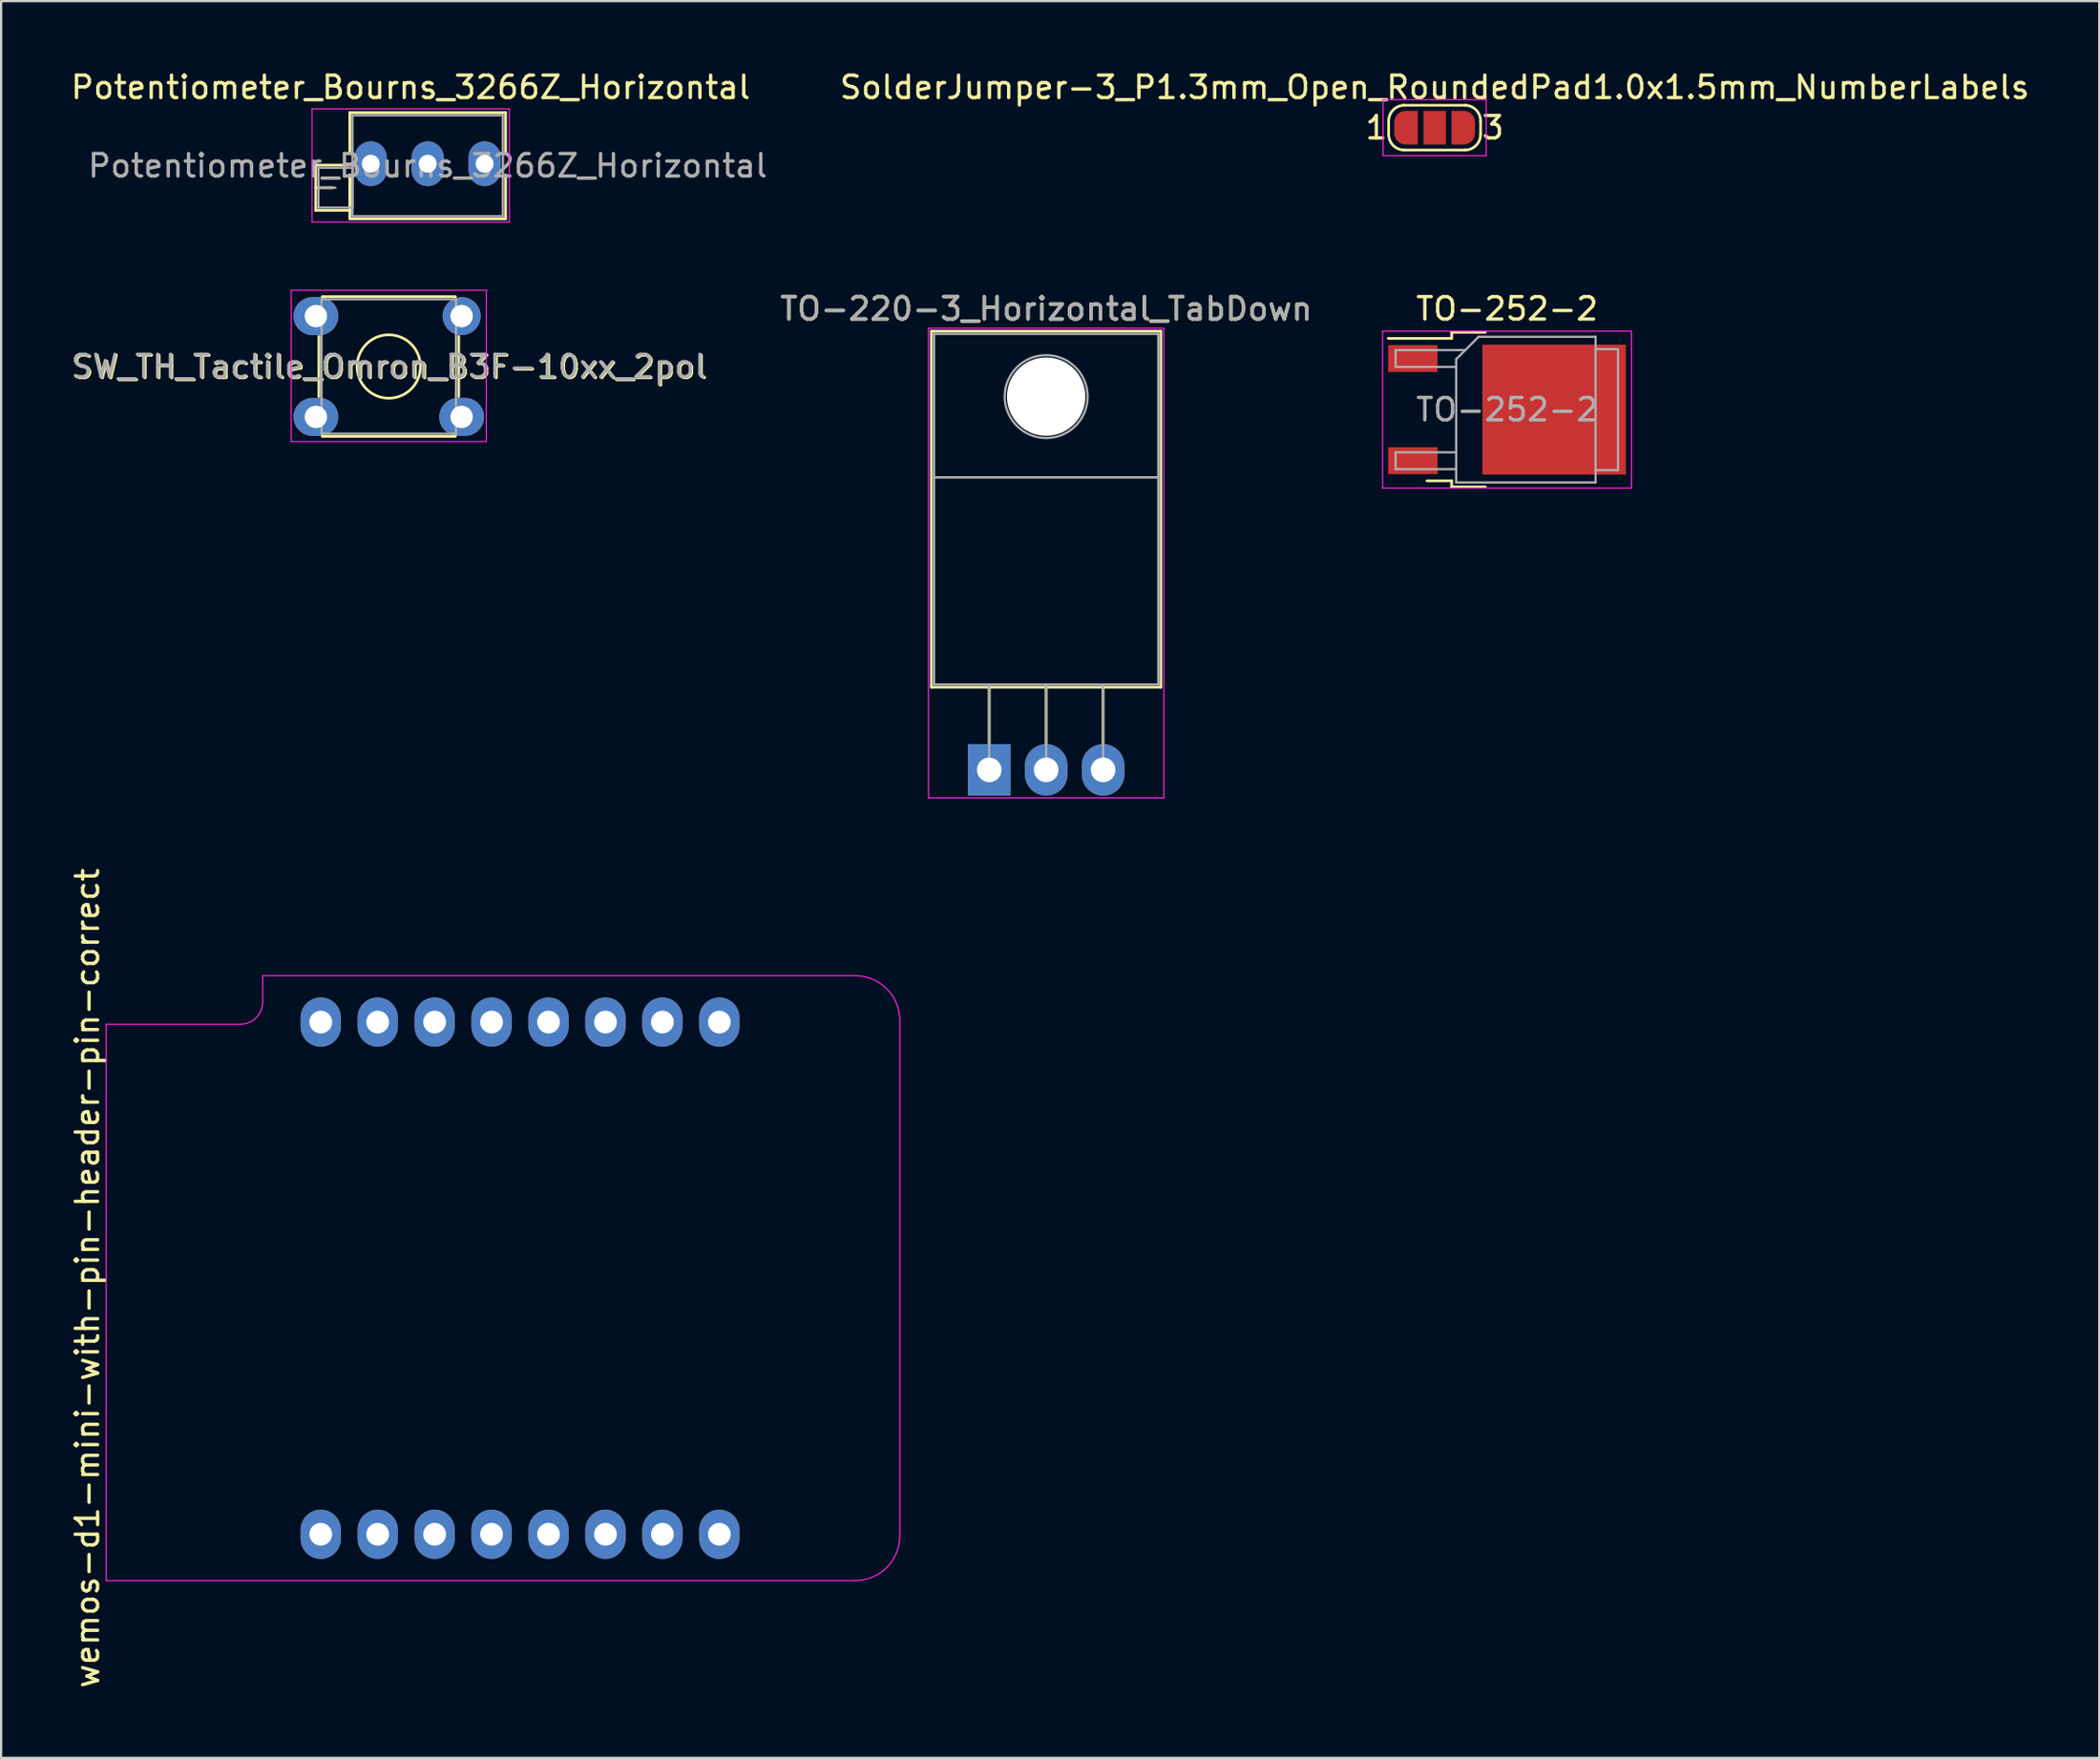
<source format=kicad_pcb>
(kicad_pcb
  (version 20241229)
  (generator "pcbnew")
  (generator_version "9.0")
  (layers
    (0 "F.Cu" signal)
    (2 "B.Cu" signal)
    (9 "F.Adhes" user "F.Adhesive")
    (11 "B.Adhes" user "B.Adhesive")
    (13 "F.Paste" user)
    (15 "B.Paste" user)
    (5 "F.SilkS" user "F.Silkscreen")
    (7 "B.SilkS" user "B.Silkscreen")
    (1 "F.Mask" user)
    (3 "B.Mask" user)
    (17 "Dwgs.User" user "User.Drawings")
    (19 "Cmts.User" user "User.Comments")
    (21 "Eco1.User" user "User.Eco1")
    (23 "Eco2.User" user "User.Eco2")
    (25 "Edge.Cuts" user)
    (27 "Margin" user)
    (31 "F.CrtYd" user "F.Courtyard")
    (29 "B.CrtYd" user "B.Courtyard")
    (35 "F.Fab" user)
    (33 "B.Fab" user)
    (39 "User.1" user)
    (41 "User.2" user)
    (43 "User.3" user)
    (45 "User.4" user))
  (footprint "wemos-d1-mini-with-pin-header-pin-correct"
    (layer "F.Cu")
    (at 20.148 53.997)
    (property "Reference" "wemos-d1-mini-with-pin-header-pin-correct" (at -19.3 0 90) (layer "F.SilkS") (effects (font (size 1 1) (thickness 0.15))))
    (attr through_hole)
    (fp_line (start -18.46 -11.33) (end -12.48 -11.33) (stroke (width 0.05) (type solid)) (layer "F.CrtYd"))
    (fp_line (start -18.46 13.5) (end -18.46 -11.33) (stroke (width 0.05) (type solid)) (layer "F.CrtYd"))
    (fp_line (start -11.48 -13.5) (end -11.48 -12.33) (stroke (width 0.05) (type solid)) (layer "F.CrtYd"))
    (fp_line (start -11.48 -13.5) (end 14.85 -13.5) (stroke (width 0.05) (type solid)) (layer "F.CrtYd"))
    (fp_line (start 14.94 13.5) (end -18.46 13.5) (stroke (width 0.05) (type solid)) (layer "F.CrtYd"))
    (fp_line (start 16.94 -11.5) (end 16.94 11.5) (stroke (width 0.05) (type solid)) (layer "F.CrtYd"))
    (fp_arc (start -11.48 -12.33) (mid -11.772893 -11.622893) (end -12.48 -11.33) (stroke (width 0.05) (type solid)) (layer "F.CrtYd"))
    (fp_arc (start 14.85 -13.5) (mid 16.323459 -12.947115) (end 16.942024 -11.5) (stroke (width 0.05) (type solid)) (layer "F.CrtYd"))
    (fp_arc (start 16.94 11.5) (mid 16.354214 12.914214) (end 14.94 13.5) (stroke (width 0.05) (type solid)) (layer "F.CrtYd"))
    (pad "1" thru_hole oval (at 8.89 -11.43) (size 1.8 2.2) (drill 1.016) (layers "*.Cu" "*.Mask"))
    (pad "2" thru_hole oval (at 6.35 -11.43) (size 1.8 2.2) (drill 1.016) (layers "*.Cu" "*.Mask"))
    (pad "3" thru_hole oval (at 3.81 -11.43) (size 1.8 2.2) (drill 1.016) (layers "*.Cu" "*.Mask"))
    (pad "4" thru_hole oval (at 1.27 -11.43) (size 1.8 2.2) (drill 1.016) (layers "*.Cu" "*.Mask"))
    (pad "5" thru_hole oval (at -1.27 -11.43) (size 1.8 2.2) (drill 1.016) (layers "*.Cu" "*.Mask"))
    (pad "6" thru_hole oval (at -3.81 -11.43) (size 1.8 2.2) (drill 1.016) (layers "*.Cu" "*.Mask"))
    (pad "7" thru_hole oval (at -6.35 -11.43) (size 1.8 2.2) (drill 1.016) (layers "*.Cu" "*.Mask"))
    (pad "8" thru_hole oval (at -8.89 -11.43) (size 1.8 2.2) (drill 1.016) (layers "*.Cu" "*.Mask"))
    (pad "9" thru_hole oval (at -8.89 11.43) (size 1.8 2.2) (drill 1.016) (layers "*.Cu" "*.Mask"))
    (pad "10" thru_hole oval (at -6.35 11.43) (size 1.8 2.2) (drill 1.016) (layers "*.Cu" "*.Mask"))
    (pad "11" thru_hole oval (at -3.81 11.43) (size 1.8 2.2) (drill 1.016) (layers "*.Cu" "*.Mask"))
    (pad "12" thru_hole oval (at -1.27 11.43) (size 1.8 2.2) (drill 1.016) (layers "*.Cu" "*.Mask"))
    (pad "13" thru_hole oval (at 1.27 11.43) (size 1.8 2.2) (drill 1.016) (layers "*.Cu" "*.Mask"))
    (pad "14" thru_hole oval (at 3.81 11.43) (size 1.8 2.2) (drill 1.016) (layers "*.Cu" "*.Mask"))
    (pad "15" thru_hole oval (at 6.35 11.43) (size 1.8 2.2) (drill 1.016) (layers "*.Cu" "*.Mask"))
    (pad "16" thru_hole oval (at 8.89 11.43) (size 1.8 2.2) (drill 1.016) (layers "*.Cu" "*.Mask")))
  (footprint "TO-252-2"
    (layer "F.Cu")
    (at 64.175 15.232)
    (property "Reference" "TO-252-2" (at 0 -4.5 180) (layer "F.SilkS") (effects (font (size 1 1) (thickness 0.15))))
    (attr smd)
    (fp_line (start -2.47 -3.45) (end -2.47 -3.18) (stroke (width 0.12) (type solid)) (layer "F.SilkS"))
    (fp_line (start -2.47 -3.18) (end -5.3 -3.18) (stroke (width 0.12) (type solid)) (layer "F.SilkS"))
    (fp_line (start -2.47 3.18) (end -3.57 3.18) (stroke (width 0.12) (type solid)) (layer "F.SilkS"))
    (fp_line (start -2.47 3.45) (end -2.47 3.18) (stroke (width 0.12) (type solid)) (layer "F.SilkS"))
    (fp_line (start -0.97 -3.45) (end -2.47 -3.45) (stroke (width 0.12) (type solid)) (layer "F.SilkS"))
    (fp_line (start -0.97 3.45) (end -2.47 3.45) (stroke (width 0.12) (type solid)) (layer "F.SilkS"))
    (fp_line (start -5.55 -3.5) (end -5.55 3.5) (stroke (width 0.05) (type solid)) (layer "F.CrtYd"))
    (fp_line (start -5.55 3.5) (end 5.55 3.5) (stroke (width 0.05) (type solid)) (layer "F.CrtYd"))
    (fp_line (start 5.55 -3.5) (end -5.55 -3.5) (stroke (width 0.05) (type solid)) (layer "F.CrtYd"))
    (fp_line (start 5.55 3.5) (end 5.55 -3.5) (stroke (width 0.05) (type solid)) (layer "F.CrtYd"))
    (fp_line (start -4.97 -2.655) (end -4.97 -1.905) (stroke (width 0.1) (type solid)) (layer "F.Fab"))
    (fp_line (start -4.97 -1.905) (end -2.27 -1.905) (stroke (width 0.1) (type solid)) (layer "F.Fab"))
    (fp_line (start -4.97 1.905) (end -4.97 2.655) (stroke (width 0.1) (type solid)) (layer "F.Fab"))
    (fp_line (start -4.97 2.655) (end -2.27 2.655) (stroke (width 0.1) (type solid)) (layer "F.Fab"))
    (fp_line (start -2.27 -2.25) (end -1.27 -3.25) (stroke (width 0.1) (type solid)) (layer "F.Fab"))
    (fp_line (start -2.27 1.905) (end -4.97 1.905) (stroke (width 0.1) (type solid)) (layer "F.Fab"))
    (fp_line (start -2.27 3.25) (end -2.27 -2.25) (stroke (width 0.1) (type solid)) (layer "F.Fab"))
    (fp_line (start -1.865 -2.655) (end -4.97 -2.655) (stroke (width 0.1) (type solid)) (layer "F.Fab"))
    (fp_line (start -1.27 -3.25) (end 3.95 -3.25) (stroke (width 0.1) (type solid)) (layer "F.Fab"))
    (fp_line (start 3.95 -3.25) (end 3.95 3.25) (stroke (width 0.1) (type solid)) (layer "F.Fab"))
    (fp_line (start 3.95 -2.7) (end 4.95 -2.7) (stroke (width 0.1) (type solid)) (layer "F.Fab"))
    (fp_line (start 3.95 3.25) (end -2.27 3.25) (stroke (width 0.1) (type solid)) (layer "F.Fab"))
    (fp_line (start 4.95 -2.7) (end 4.95 2.7) (stroke (width 0.1) (type solid)) (layer "F.Fab"))
    (fp_line (start 4.95 2.7) (end 3.95 2.7) (stroke (width 0.1) (type solid)) (layer "F.Fab"))
    (fp_text user "${REFERENCE}" (at 0 0 180) (layer "F.Fab") (effects (font (size 1 1) (thickness 0.15))))
    (pad "" smd rect (at 0.425 -1.525) (size 3.05 2.75) (layers "F.Paste"))
    (pad "" smd rect (at 0.425 1.525) (size 3.05 2.75) (layers "F.Paste"))
    (pad "" smd rect (at 3.775 -1.525) (size 3.05 2.75) (layers "F.Paste"))
    (pad "" smd rect (at 3.775 1.525) (size 3.05 2.75) (layers "F.Paste"))
    (pad "1" smd rect (at -4.2 -2.28) (size 2.2 1.2) (layers "F.Cu" "F.Mask" "F.Paste"))
    (pad "2" smd rect (at 2.1 0) (size 6.4 5.8) (layers "F.Cu" "F.Mask"))
    (pad "3" smd rect (at -4.2 2.28) (size 2.2 1.2) (layers "F.Cu" "F.Mask" "F.Paste")))
  (footprint "Potentiometer_Bourns_3266Z_Horizontal"
    (layer "F.Cu")
    (at 18.568 4.258)
    (property "Reference" "Potentiometer_Bourns_3266Z_Horizontal" (at -3.3 -3.41 0) (layer "F.SilkS") (effects (font (size 1 1) (thickness 0.15))))
    (attr through_hole)
    (fp_line (start -7.535 0.06) (end -7.535 2.08) (stroke (width 0.12) (type solid)) (layer "F.SilkS"))
    (fp_line (start -7.535 0.06) (end -6.056 0.06) (stroke (width 0.12) (type solid)) (layer "F.SilkS"))
    (fp_line (start -7.535 1.07) (end -6.776 1.07) (stroke (width 0.12) (type solid)) (layer "F.SilkS"))
    (fp_line (start -7.535 2.08) (end -6.016 2.08) (stroke (width 0.12) (type solid)) (layer "F.SilkS"))
    (fp_line (start -6.016 0.496) (end -6.016 2.08) (stroke (width 0.12) (type solid)) (layer "F.SilkS"))
    (fp_line (start -6.015 -2.28) (end -6.015 -0.494) (stroke (width 0.12) (type solid)) (layer "F.SilkS"))
    (fp_line (start -6.015 -2.28) (end 0.935 -2.28) (stroke (width 0.12) (type solid)) (layer "F.SilkS"))
    (fp_line (start -6.015 0.496) (end -6.015 2.46) (stroke (width 0.12) (type solid)) (layer "F.SilkS"))
    (fp_line (start -6.015 2.46) (end 0.935 2.46) (stroke (width 0.12) (type solid)) (layer "F.SilkS"))
    (fp_line (start 0.935 -2.28) (end 0.935 -0.494) (stroke (width 0.12) (type solid)) (layer "F.SilkS"))
    (fp_line (start 0.935 0.496) (end 0.935 2.46) (stroke (width 0.12) (type solid)) (layer "F.SilkS"))
    (fp_line (start -7.7 -2.45) (end -7.7 2.6) (stroke (width 0.05) (type solid)) (layer "F.CrtYd"))
    (fp_line (start -7.7 2.6) (end 1.1 2.6) (stroke (width 0.05) (type solid)) (layer "F.CrtYd"))
    (fp_line (start 1.1 -2.45) (end -7.7 -2.45) (stroke (width 0.05) (type solid)) (layer "F.CrtYd"))
    (fp_line (start 1.1 2.6) (end 1.1 -2.45) (stroke (width 0.05) (type solid)) (layer "F.CrtYd"))
    (fp_line (start -7.415 0.18) (end -7.415 1.96) (stroke (width 0.1) (type solid)) (layer "F.Fab"))
    (fp_line (start -7.415 1.07) (end -6.655 1.07) (stroke (width 0.1) (type solid)) (layer "F.Fab"))
    (fp_line (start -7.415 1.96) (end -5.895 1.96) (stroke (width 0.1) (type solid)) (layer "F.Fab"))
    (fp_line (start -5.895 -2.16) (end -5.895 2.34) (stroke (width 0.1) (type solid)) (layer "F.Fab"))
    (fp_line (start -5.895 0.18) (end -7.415 0.18) (stroke (width 0.1) (type solid)) (layer "F.Fab"))
    (fp_line (start -5.895 1.96) (end -5.895 0.18) (stroke (width 0.1) (type solid)) (layer "F.Fab"))
    (fp_line (start -5.895 2.34) (end 0.815 2.34) (stroke (width 0.1) (type solid)) (layer "F.Fab"))
    (fp_line (start 0.815 -2.16) (end -5.895 -2.16) (stroke (width 0.1) (type solid)) (layer "F.Fab"))
    (fp_line (start 0.815 2.34) (end 0.815 -2.16) (stroke (width 0.1) (type solid)) (layer "F.Fab"))
    (fp_text user "${REFERENCE}" (at -2.54 0.09 0) (layer "F.Fab") (effects (font (size 1 1) (thickness 0.15))))
    (pad "1" thru_hole oval (at 0 0) (size 1.44 2) (drill 0.8) (layers "*.Cu" "*.Mask"))
    (pad "2" thru_hole oval (at -2.54 0) (size 1.44 2) (drill 0.8) (layers "*.Cu" "*.Mask"))
    (pad "3" thru_hole oval (at -5.08 0) (size 1.44 2) (drill 0.8) (layers "*.Cu" "*.Mask")))
  (footprint "SW_TH_Tactile_Omron_B3F-10xx_2pol"
    (layer "F.Cu")
    (at 11.042 11.058)
    (property "Reference" "SW_TH_Tactile_Omron_B3F-10xx_2pol" (at 3.302 2.286 0) (layer "F.SilkS") (effects (font (size 1 1) (thickness 0.15))))
    (attr through_hole)
    (fp_line (start 0.13 3.59) (end 0.13 0.91) (stroke (width 0.12) (type solid)) (layer "F.SilkS"))
    (fp_line (start 0.28 -0.87) (end 6.22 -0.87) (stroke (width 0.12) (type solid)) (layer "F.SilkS"))
    (fp_line (start 0.28 5.37) (end 6.22 5.37) (stroke (width 0.12) (type solid)) (layer "F.SilkS"))
    (fp_line (start 6.37 0.91) (end 6.37 3.59) (stroke (width 0.12) (type solid)) (layer "F.SilkS"))
    (fp_circle (center 3.25 2.25) (end 4.25 3.25) (stroke (width 0.12) (type solid)) (fill no) (layer "F.SilkS"))
    (fp_line (start -1.1 -1.15) (end -1.1 5.6) (stroke (width 0.05) (type solid)) (layer "F.CrtYd"))
    (fp_line (start -1.1 5.6) (end 7.6 5.6) (stroke (width 0.05) (type solid)) (layer "F.CrtYd"))
    (fp_line (start 7.6 5.6) (end 7.6 -1.1) (stroke (width 0.05) (type solid)) (layer "F.CrtYd"))
    (fp_line (start 7.65 -1.15) (end -1.1 -1.15) (stroke (width 0.05) (type solid)) (layer "F.CrtYd"))
    (fp_line (start 0.25 -0.75) (end 0.25 5.25) (stroke (width 0.1) (type solid)) (layer "F.Fab"))
    (fp_line (start 0.25 -0.75) (end 6.25 -0.75) (stroke (width 0.1) (type solid)) (layer "F.Fab"))
    (fp_line (start 0.25 5.25) (end 6.25 5.25) (stroke (width 0.1) (type solid)) (layer "F.Fab"))
    (fp_line (start 6.25 -0.75) (end 6.25 5.25) (stroke (width 0.1) (type solid)) (layer "F.Fab"))
    (fp_text user "${REFERENCE}" (at 3.25 2.25 0) (layer "F.Fab") (effects (font (size 1 1) (thickness 0.15))))
    (pad "1" thru_hole oval (at 0 0) (size 2 1.7) (drill 1) (layers "*.Cu" "*.Mask"))
    (pad "1" thru_hole circle (at 6.5 0) (size 1.7 1.7) (drill 1) (layers "*.Cu" "*.Mask"))
    (pad "2" thru_hole oval (at 0 4.5) (size 2 1.7) (drill 1) (layers "*.Cu" "*.Mask"))
    (pad "2" thru_hole oval (at 6.5 4.5) (size 2 1.7) (drill 1) (layers "*.Cu" "*.Mask")))
  (footprint "SolderJumper-3_P1.3mm_Open_RoundedPad1.0x1.5mm_NumberLabels"
    (layer "F.Cu")
    (at 60.945 2.648)
    (property "Reference" "SolderJumper-3_P1.3mm_Open_RoundedPad1.0x1.5mm_NumberLabels" (at 0 -1.8 180) (layer "F.SilkS") (effects (font (size 1 1) (thickness 0.15))))
    (attr exclude_from_pos_files exclude_from_bom)
    (fp_line (start -2.05 0.3) (end -2.05 -0.3) (stroke (width 0.12) (type solid)) (layer "F.SilkS"))
    (fp_line (start -1.4 -1) (end 1.4 -1) (stroke (width 0.12) (type solid)) (layer "F.SilkS"))
    (fp_line (start 1.4 1) (end -1.4 1) (stroke (width 0.12) (type solid)) (layer "F.SilkS"))
    (fp_line (start 2.05 -0.3) (end 2.05 0.3) (stroke (width 0.12) (type solid)) (layer "F.SilkS"))
    (fp_arc (start -2.05 -0.3) (mid -1.844975 -0.794975) (end -1.35 -1) (stroke (width 0.12) (type solid)) (layer "F.SilkS"))
    (fp_arc (start -1.35 1) (mid -1.844975 0.794975) (end -2.05 0.3) (stroke (width 0.12) (type solid)) (layer "F.SilkS"))
    (fp_arc (start 1.35 -1) (mid 1.844975 -0.794975) (end 2.05 -0.3) (stroke (width 0.12) (type solid)) (layer "F.SilkS"))
    (fp_arc (start 2.05 0.3) (mid 1.844975 0.794975) (end 1.35 1) (stroke (width 0.12) (type solid)) (layer "F.SilkS"))
    (fp_line (start -2.3 -1.25) (end -2.3 1.25) (stroke (width 0.05) (type solid)) (layer "F.CrtYd"))
    (fp_line (start -2.3 -1.25) (end 2.3 -1.25) (stroke (width 0.05) (type solid)) (layer "F.CrtYd"))
    (fp_line (start 2.3 1.25) (end -2.3 1.25) (stroke (width 0.05) (type solid)) (layer "F.CrtYd"))
    (fp_line (start 2.3 1.25) (end 2.3 -1.25) (stroke (width 0.05) (type solid)) (layer "F.CrtYd"))
    (fp_text user "1" (at -2.6 0 180) (layer "F.SilkS") (effects (font (size 1 1) (thickness 0.15))))
    (fp_text user "3" (at 2.6 0 180) (layer "F.SilkS") (effects (font (size 1 1) (thickness 0.15))))
    (pad "1" smd custom (at -1.3 0) (size 1 0.5) (layers "F.Cu" "F.Mask") (options (anchor rect)) (primitives (gr_circle (center 0 0.25) (end 0.5 0.25) (width 0) (fill yes)) (gr_circle (center 0 -0.25) (end 0.5 -0.25) (width 0) (fill yes)) (gr_poly (pts (xy 0.55 -0.75) (xy 0 -0.75) (xy 0 0.75) (xy 0.55 0.75)) (width 0) (fill yes))))
    (pad "2" smd rect (at 0 0) (size 1 1.5) (layers "F.Cu" "F.Mask"))
    (pad "3" smd custom (at 1.3 0) (size 1 0.5) (layers "F.Cu" "F.Mask") (options (anchor rect)) (primitives (gr_circle (center 0 0.25) (end 0.5 0.25) (width 0) (fill yes)) (gr_circle (center 0 -0.25) (end 0.5 -0.25) (width 0) (fill yes)) (gr_poly (pts (xy -0.55 -0.75) (xy 0 -0.75) (xy 0 0.75) (xy -0.55 0.75)) (width 0) (fill yes)))))
  (footprint "TO-220-3_Horizontal_TabDown"
    (layer "F.Cu")
    (at 41.077 31.311)
    (property "Reference" "TO-220-3_Horizontal_TabDown" (at 2.54 -20.58 0) (layer "F.SilkS") (effects (font (size 1 1) (thickness 0.15))))
    (attr through_hole)
    (fp_line (start -2.58 -19.58) (end -2.58 -3.69) (stroke (width 0.12) (type solid)) (layer "F.SilkS"))
    (fp_line (start -2.58 -19.58) (end 7.66 -19.58) (stroke (width 0.12) (type solid)) (layer "F.SilkS"))
    (fp_line (start -2.58 -3.69) (end 7.66 -3.69) (stroke (width 0.12) (type solid)) (layer "F.SilkS"))
    (fp_line (start 0 -3.69) (end 0 -1.15) (stroke (width 0.12) (type solid)) (layer "F.SilkS"))
    (fp_line (start 2.54 -3.69) (end 2.54 -1.15) (stroke (width 0.12) (type solid)) (layer "F.SilkS"))
    (fp_line (start 5.08 -3.69) (end 5.08 -1.15) (stroke (width 0.12) (type solid)) (layer "F.SilkS"))
    (fp_line (start 7.66 -19.58) (end 7.66 -3.69) (stroke (width 0.12) (type solid)) (layer "F.SilkS"))
    (fp_line (start -2.71 -19.71) (end -2.71 1.25) (stroke (width 0.05) (type solid)) (layer "F.CrtYd"))
    (fp_line (start -2.71 1.25) (end 7.79 1.25) (stroke (width 0.05) (type solid)) (layer "F.CrtYd"))
    (fp_line (start 7.79 -19.71) (end -2.71 -19.71) (stroke (width 0.05) (type solid)) (layer "F.CrtYd"))
    (fp_line (start 7.79 1.25) (end 7.79 -19.71) (stroke (width 0.05) (type solid)) (layer "F.CrtYd"))
    (fp_line (start -2.46 -19.46) (end 7.54 -19.46) (stroke (width 0.1) (type solid)) (layer "F.Fab"))
    (fp_line (start -2.46 -13.06) (end -2.46 -19.46) (stroke (width 0.1) (type solid)) (layer "F.Fab"))
    (fp_line (start -2.46 -13.06) (end 7.54 -13.06) (stroke (width 0.1) (type solid)) (layer "F.Fab"))
    (fp_line (start -2.46 -3.81) (end -2.46 -13.06) (stroke (width 0.1) (type solid)) (layer "F.Fab"))
    (fp_line (start 0 -3.81) (end 0 0) (stroke (width 0.1) (type solid)) (layer "F.Fab"))
    (fp_line (start 2.54 -3.81) (end 2.54 0) (stroke (width 0.1) (type solid)) (layer "F.Fab"))
    (fp_line (start 5.08 -3.81) (end 5.08 0) (stroke (width 0.1) (type solid)) (layer "F.Fab"))
    (fp_line (start 7.54 -19.46) (end 7.54 -13.06) (stroke (width 0.1) (type solid)) (layer "F.Fab"))
    (fp_line (start 7.54 -13.06) (end -2.46 -13.06) (stroke (width 0.1) (type solid)) (layer "F.Fab"))
    (fp_line (start 7.54 -13.06) (end 7.54 -3.81) (stroke (width 0.1) (type solid)) (layer "F.Fab"))
    (fp_line (start 7.54 -3.81) (end -2.46 -3.81) (stroke (width 0.1) (type solid)) (layer "F.Fab"))
    (fp_circle (center 2.54 -16.66) (end 4.39 -16.66) (stroke (width 0.1) (type solid)) (fill no) (layer "F.Fab"))
    (fp_text user "${REFERENCE}" (at 2.54 -20.58 0) (layer "F.Fab") (effects (font (size 1 1) (thickness 0.15))))
    (pad "" np_thru_hole oval (at 2.54 -16.66) (size 3.5 3.5) (drill 3.5) (layers "*.Cu" "*.Mask"))
    (pad "1" thru_hole rect (at 0 0) (size 1.905 2.3) (drill 1.1) (layers "*.Cu" "*.Mask"))
    (pad "2" thru_hole oval (at 2.54 0) (size 1.905 2.3) (drill 1.1) (layers "*.Cu" "*.Mask"))
    (pad "3" thru_hole oval (at 5.08 0) (size 1.905 2.3) (drill 1.1) (layers "*.Cu" "*.Mask")))
  (gr_rect
    (start -3 -3)
    (end 90.593 75.408)
    (stroke (width 0.1) (type default))
    (fill no)
    (layer "Edge.Cuts")))
</source>
